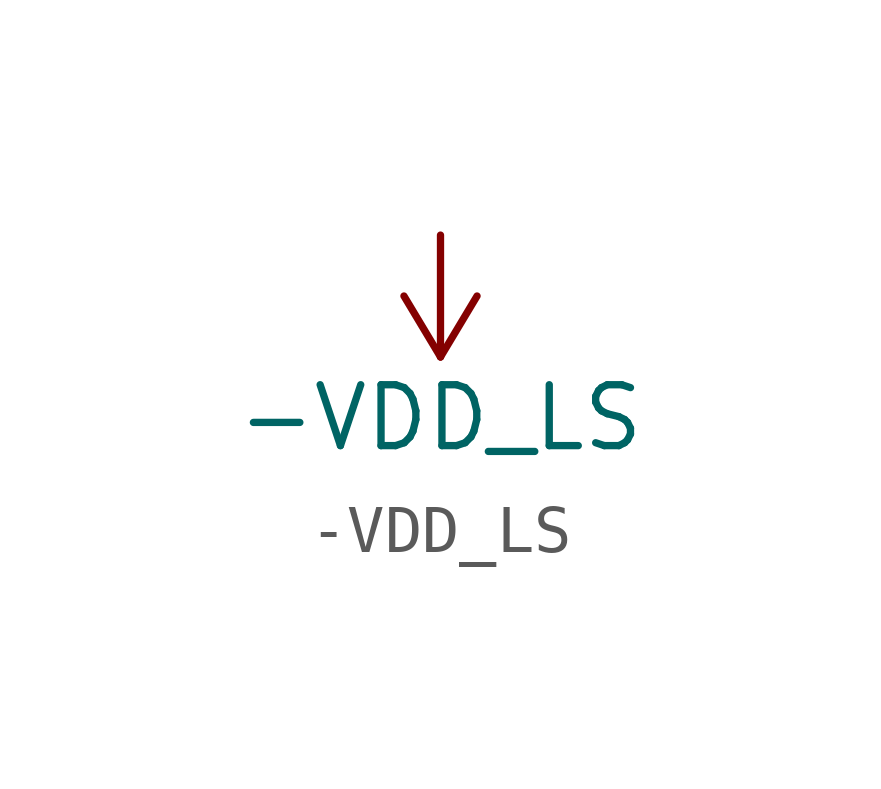
<source format=kicad_sym>
(kicad_symbol_lib
  (version 20211014)
  (generator kicad_symbol_editor)
  (symbol "-VDD_LS"
    (power)
    (pin_numbers hide)
    (pin_names
      (offset 0))
    (property "Reference" "#PWR"
      (at -1.27 0 90)
      (effects (font (size 1.27 1.27)) hide))
    (property "Value" "-VDD_LS"
      (at 0 -3.81 0)
      (effects (font (size 1.27 1.27))))
    (symbol "-VDD_LS_1_1"
      (polyline (pts (xy 0 -2.54) (xy -0.762 -1.27)) (stroke (width 0) (type default) (color 0 0 0 0)) (fill (type none)))
      (polyline (pts (xy 0 0) (xy 0 -2.54)) (stroke (width 0) (type default) (color 0 0 0 0)) (fill (type none)))
      (polyline (pts (xy 0.762 -1.27) (xy 0 -2.54)) (stroke (width 0) (type default) (color 0 0 0 0)) (fill (type none)))
      (pin power_in line (at 0 0 270) (length 0) hide (name "-VDD_LS" (effects (font (size 1.27 1.27)))) (number "1" (effects (font (size 1.27 1.27))))))))
</source>
